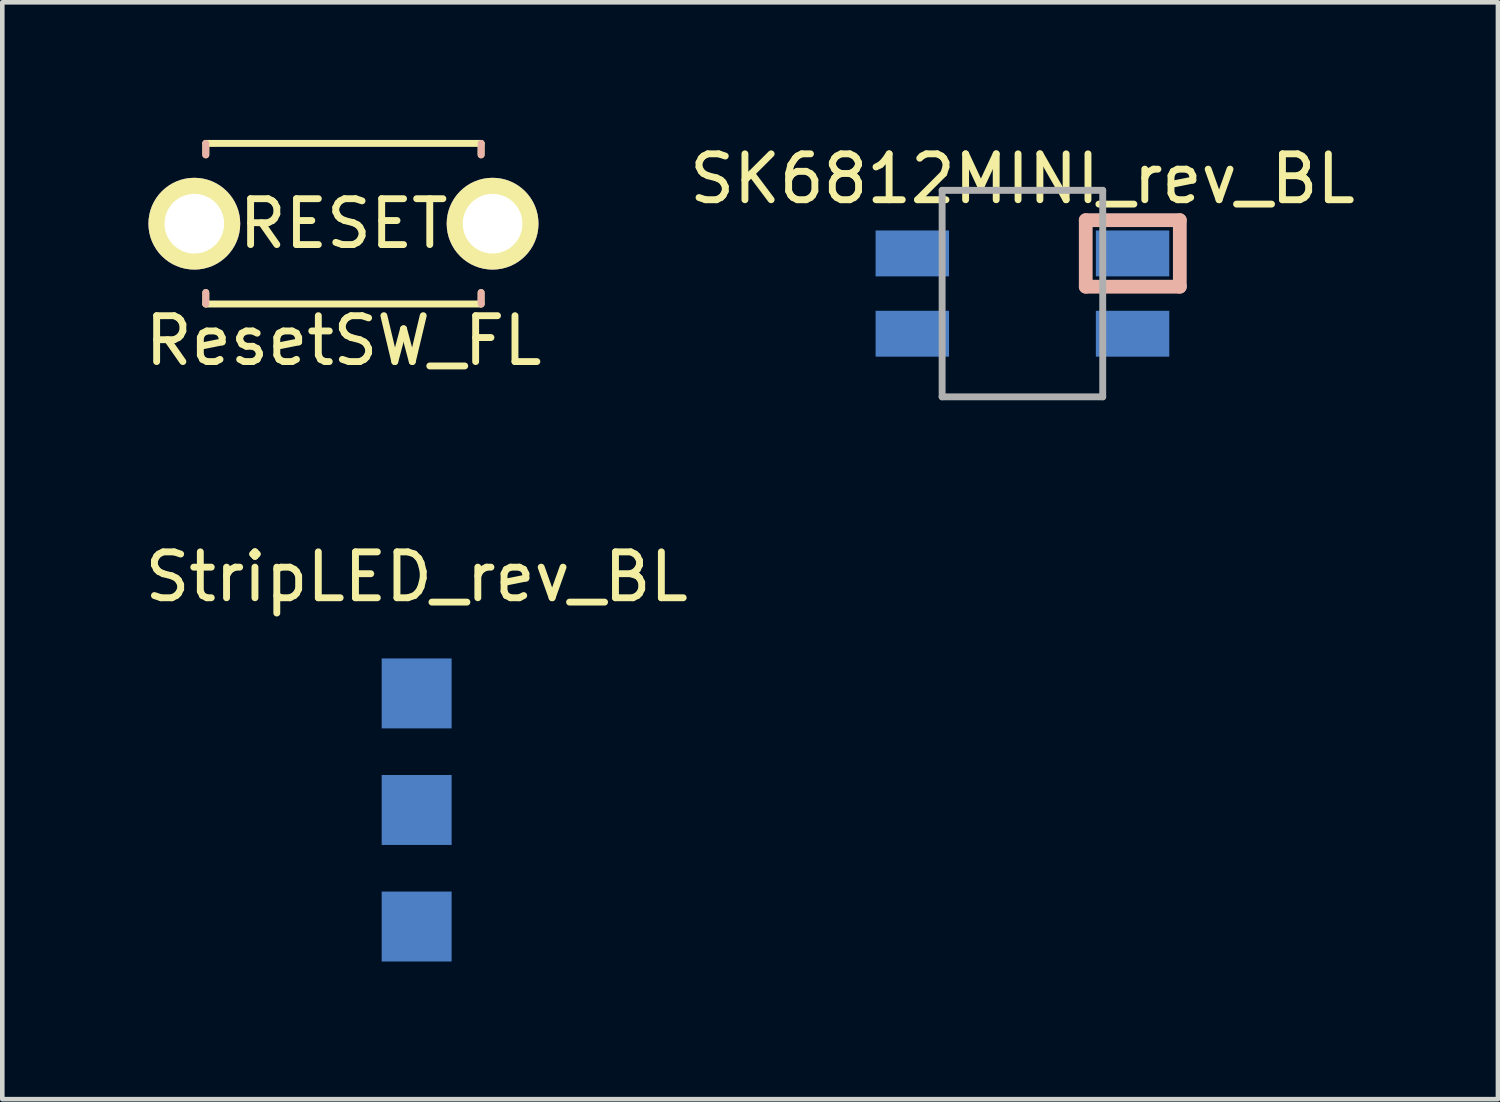
<source format=kicad_pcb>
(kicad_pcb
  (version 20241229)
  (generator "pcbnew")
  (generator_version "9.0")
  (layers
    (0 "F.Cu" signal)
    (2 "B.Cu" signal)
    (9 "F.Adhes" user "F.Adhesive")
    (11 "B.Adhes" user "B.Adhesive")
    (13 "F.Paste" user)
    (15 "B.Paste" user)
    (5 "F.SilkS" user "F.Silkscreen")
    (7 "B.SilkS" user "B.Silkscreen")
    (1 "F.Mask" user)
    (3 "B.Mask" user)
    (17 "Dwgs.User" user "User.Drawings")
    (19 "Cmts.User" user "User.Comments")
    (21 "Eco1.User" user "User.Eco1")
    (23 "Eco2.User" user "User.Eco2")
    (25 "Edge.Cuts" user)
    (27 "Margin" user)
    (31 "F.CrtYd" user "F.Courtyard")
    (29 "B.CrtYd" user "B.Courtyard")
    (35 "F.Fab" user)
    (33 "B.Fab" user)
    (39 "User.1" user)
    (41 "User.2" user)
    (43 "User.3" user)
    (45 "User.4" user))
  (footprint "SK6812MINI_rev_BL"
    (layer "F.Cu")
    (at 19.232 3.348)
    (property "Reference" "SK6812MINI_rev_BL" (at 0 -2.5 0) (layer "F.SilkS") (effects (font (size 1 1) (thickness 0.15))))
    (attr through_hole)
    (fp_line (start 1.38 -1.6) (end 3.43 -1.6) (stroke (width 0.3) (type solid)) (layer "B.SilkS"))
    (fp_line (start 1.38 -0.15) (end 1.38 -1.6) (stroke (width 0.3) (type solid)) (layer "B.SilkS"))
    (fp_line (start 3.43 -1.6) (end 3.43 -0.15) (stroke (width 0.3) (type solid)) (layer "B.SilkS"))
    (fp_line (start 3.43 -0.15) (end 1.38 -0.15) (stroke (width 0.3) (type solid)) (layer "B.SilkS"))
    (fp_line (start -1.75 -2.25) (end -1.75 2.25) (stroke (width 0.15) (type solid)) (layer "F.Fab"))
    (fp_line (start -1.75 -2.25) (end 1.75 -2.25) (stroke (width 0.15) (type solid)) (layer "F.Fab"))
    (fp_line (start 1.75 -2.25) (end 1.75 2.25) (stroke (width 0.15) (type solid)) (layer "F.Fab"))
    (fp_line (start 1.75 2.25) (end -1.75 2.25) (stroke (width 0.15) (type solid)) (layer "F.Fab"))
    (pad "1" smd rect (at -2.4 -0.875) (size 1.6 1) (layers "B.Cu" "B.Mask" "B.Paste"))
    (pad "2" smd rect (at -2.4 0.875) (size 1.6 1) (layers "B.Cu" "B.Mask" "B.Paste"))
    (pad "3" smd rect (at 2.4 0.875) (size 1.6 1) (layers "B.Cu" "B.Mask" "B.Paste"))
    (pad "4" smd rect (at 2.4 -0.875) (size 1.6 1) (layers "B.Cu" "B.Mask" "B.Paste")))
  (footprint "StripLED_rev_BL"
    (layer "F.Cu")
    (at 6.03 12.062)
    (property "Reference" "StripLED_rev_BL" (at 0 -2.54 0) (layer "F.SilkS") (effects (font (size 1 1) (thickness 0.15))))
    (attr through_hole)
    (pad "1" smd rect (at 0 5.08) (size 1.524 1.524) (layers "B.Cu" "B.Mask" "B.Paste"))
    (pad "2" smd rect (at 0 2.54) (size 1.524 1.524) (layers "B.Cu" "B.Mask" "B.Paste"))
    (pad "3" smd rect (at 0 0) (size 1.524 1.524) (layers "B.Cu" "B.Mask" "B.Paste")))
  (footprint "ResetSW_FL"
    (layer "F.Cu")
    (at 4.435 1.825)
    (property "Reference" "ResetSW_FL" (at 0 2.55 0) (layer "F.SilkS") (effects (font (size 1 1) (thickness 0.15))))
    (attr through_hole)
    (fp_line (start -3 -1.75) (end -3 -1.5) (stroke (width 0.15) (type solid)) (layer "F.SilkS"))
    (fp_line (start -3 -1.75) (end 3 -1.75) (stroke (width 0.15) (type solid)) (layer "F.SilkS"))
    (fp_line (start -3 1.75) (end -3 1.5) (stroke (width 0.15) (type solid)) (layer "F.SilkS"))
    (fp_line (start -3 1.75) (end 3 1.75) (stroke (width 0.15) (type solid)) (layer "F.SilkS"))
    (fp_line (start 3 -1.75) (end 3 -1.5) (stroke (width 0.15) (type solid)) (layer "F.SilkS"))
    (fp_line (start 3 1.75) (end 3 1.5) (stroke (width 0.15) (type solid)) (layer "F.SilkS"))
    (fp_line (start -3 -1.5) (end -3 -1.75) (stroke (width 0.15) (type solid)) (layer "B.SilkS"))
    (fp_line (start -3 1.75) (end -3 1.5) (stroke (width 0.15) (type solid)) (layer "B.SilkS"))
    (fp_line (start 3 -1.75) (end 3 -1.5) (stroke (width 0.15) (type solid)) (layer "B.SilkS"))
    (fp_line (start 3 1.5) (end 3 1.75) (stroke (width 0.15) (type solid)) (layer "B.SilkS"))
    (fp_text user "RESET" (at 0 0 0) (layer "F.SilkS") (effects (font (size 1 1) (thickness 0.15))))
    (pad "1" thru_hole circle (at 3.25 0) (size 2 2) (drill 1.3) (layers "*.Cu" "*.Mask" "F.SilkS"))
    (pad "2" thru_hole circle (at -3.25 0) (size 2 2) (drill 1.3) (layers "*.Cu" "*.Mask" "F.SilkS")))
  (gr_rect
    (start -3 -3)
    (end 29.595 20.904)
    (stroke (width 0.1) (type default))
    (fill no)
    (layer "Edge.Cuts")))
</source>
